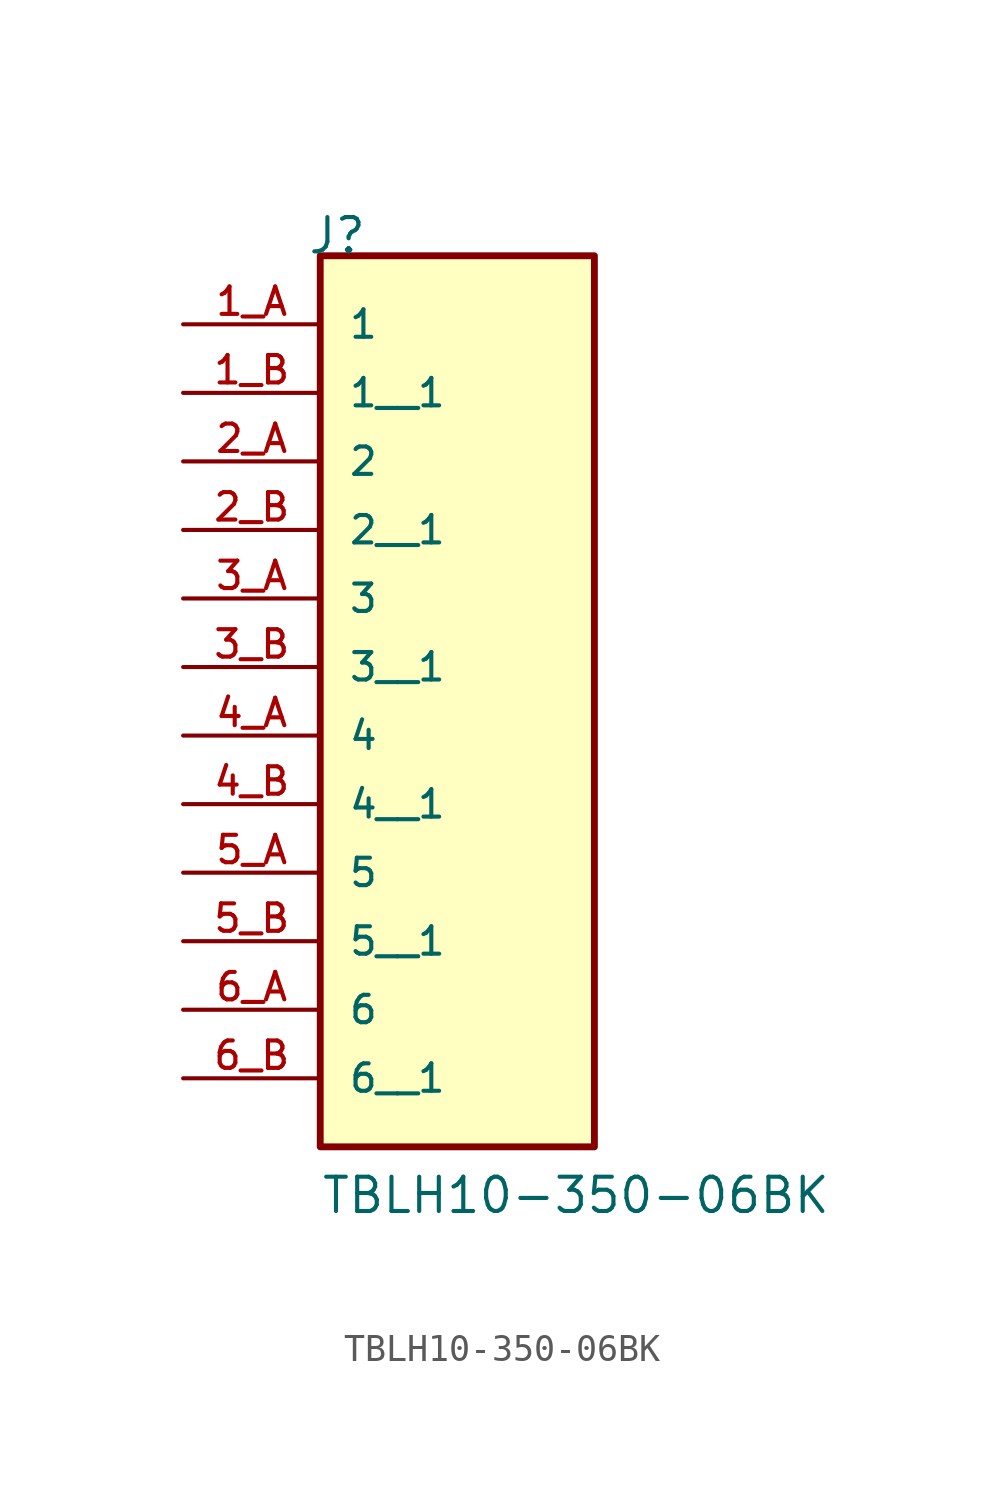
<source format=kicad_sym>
(kicad_symbol_lib
  (version 20220914)
  (generator kicad_symbol_editor)
  (symbol "TBLH10-350-06BK"
    (pin_names
      (offset 1.016))
    (property "Reference" "J"
      (at -5.58 10.16 0)
      (effects (font (size 1.27 1.27)) (justify left bottom)))
    (property "Value" "TBLH10-350-06BK"
      (at -5.08 -25.4 0)
      (effects (font (size 1.27 1.27)) (justify left bottom)))
    (symbol "TBLH10-350-06BK_0_0"
      (rectangle (start -5.08 -22.86) (end 5.08 10.16) (stroke (width 0.254) (type default)) (fill (type background)))
      (pin passive line (at -10.16 7.62 0) (length 5.08) (name "1" (effects (font (size 1.016 1.016)))) (number "1_A" (effects (font (size 1.016 1.016)))))
      (pin passive line (at -10.16 5.08 0) (length 5.08) (name "1__1" (effects (font (size 1.016 1.016)))) (number "1_B" (effects (font (size 1.016 1.016)))))
      (pin passive line (at -10.16 2.54 0) (length 5.08) (name "2" (effects (font (size 1.016 1.016)))) (number "2_A" (effects (font (size 1.016 1.016)))))
      (pin passive line (at -10.16 0 0) (length 5.08) (name "2__1" (effects (font (size 1.016 1.016)))) (number "2_B" (effects (font (size 1.016 1.016)))))
      (pin passive line (at -10.16 -2.54 0) (length 5.08) (name "3" (effects (font (size 1.016 1.016)))) (number "3_A" (effects (font (size 1.016 1.016)))))
      (pin passive line (at -10.16 -5.08 0) (length 5.08) (name "3__1" (effects (font (size 1.016 1.016)))) (number "3_B" (effects (font (size 1.016 1.016)))))
      (pin passive line (at -10.16 -7.62 0) (length 5.08) (name "4" (effects (font (size 1.016 1.016)))) (number "4_A" (effects (font (size 1.016 1.016)))))
      (pin passive line (at -10.16 -10.16 0) (length 5.08) (name "4__1" (effects (font (size 1.016 1.016)))) (number "4_B" (effects (font (size 1.016 1.016)))))
      (pin passive line (at -10.16 -12.7 0) (length 5.08) (name "5" (effects (font (size 1.016 1.016)))) (number "5_A" (effects (font (size 1.016 1.016)))))
      (pin passive line (at -10.16 -15.24 0) (length 5.08) (name "5__1" (effects (font (size 1.016 1.016)))) (number "5_B" (effects (font (size 1.016 1.016)))))
      (pin passive line (at -10.16 -17.78 0) (length 5.08) (name "6" (effects (font (size 1.016 1.016)))) (number "6_A" (effects (font (size 1.016 1.016)))))
      (pin passive line (at -10.16 -20.32 0) (length 5.08) (name "6__1" (effects (font (size 1.016 1.016)))) (number "6_B" (effects (font (size 1.016 1.016))))))))
</source>
